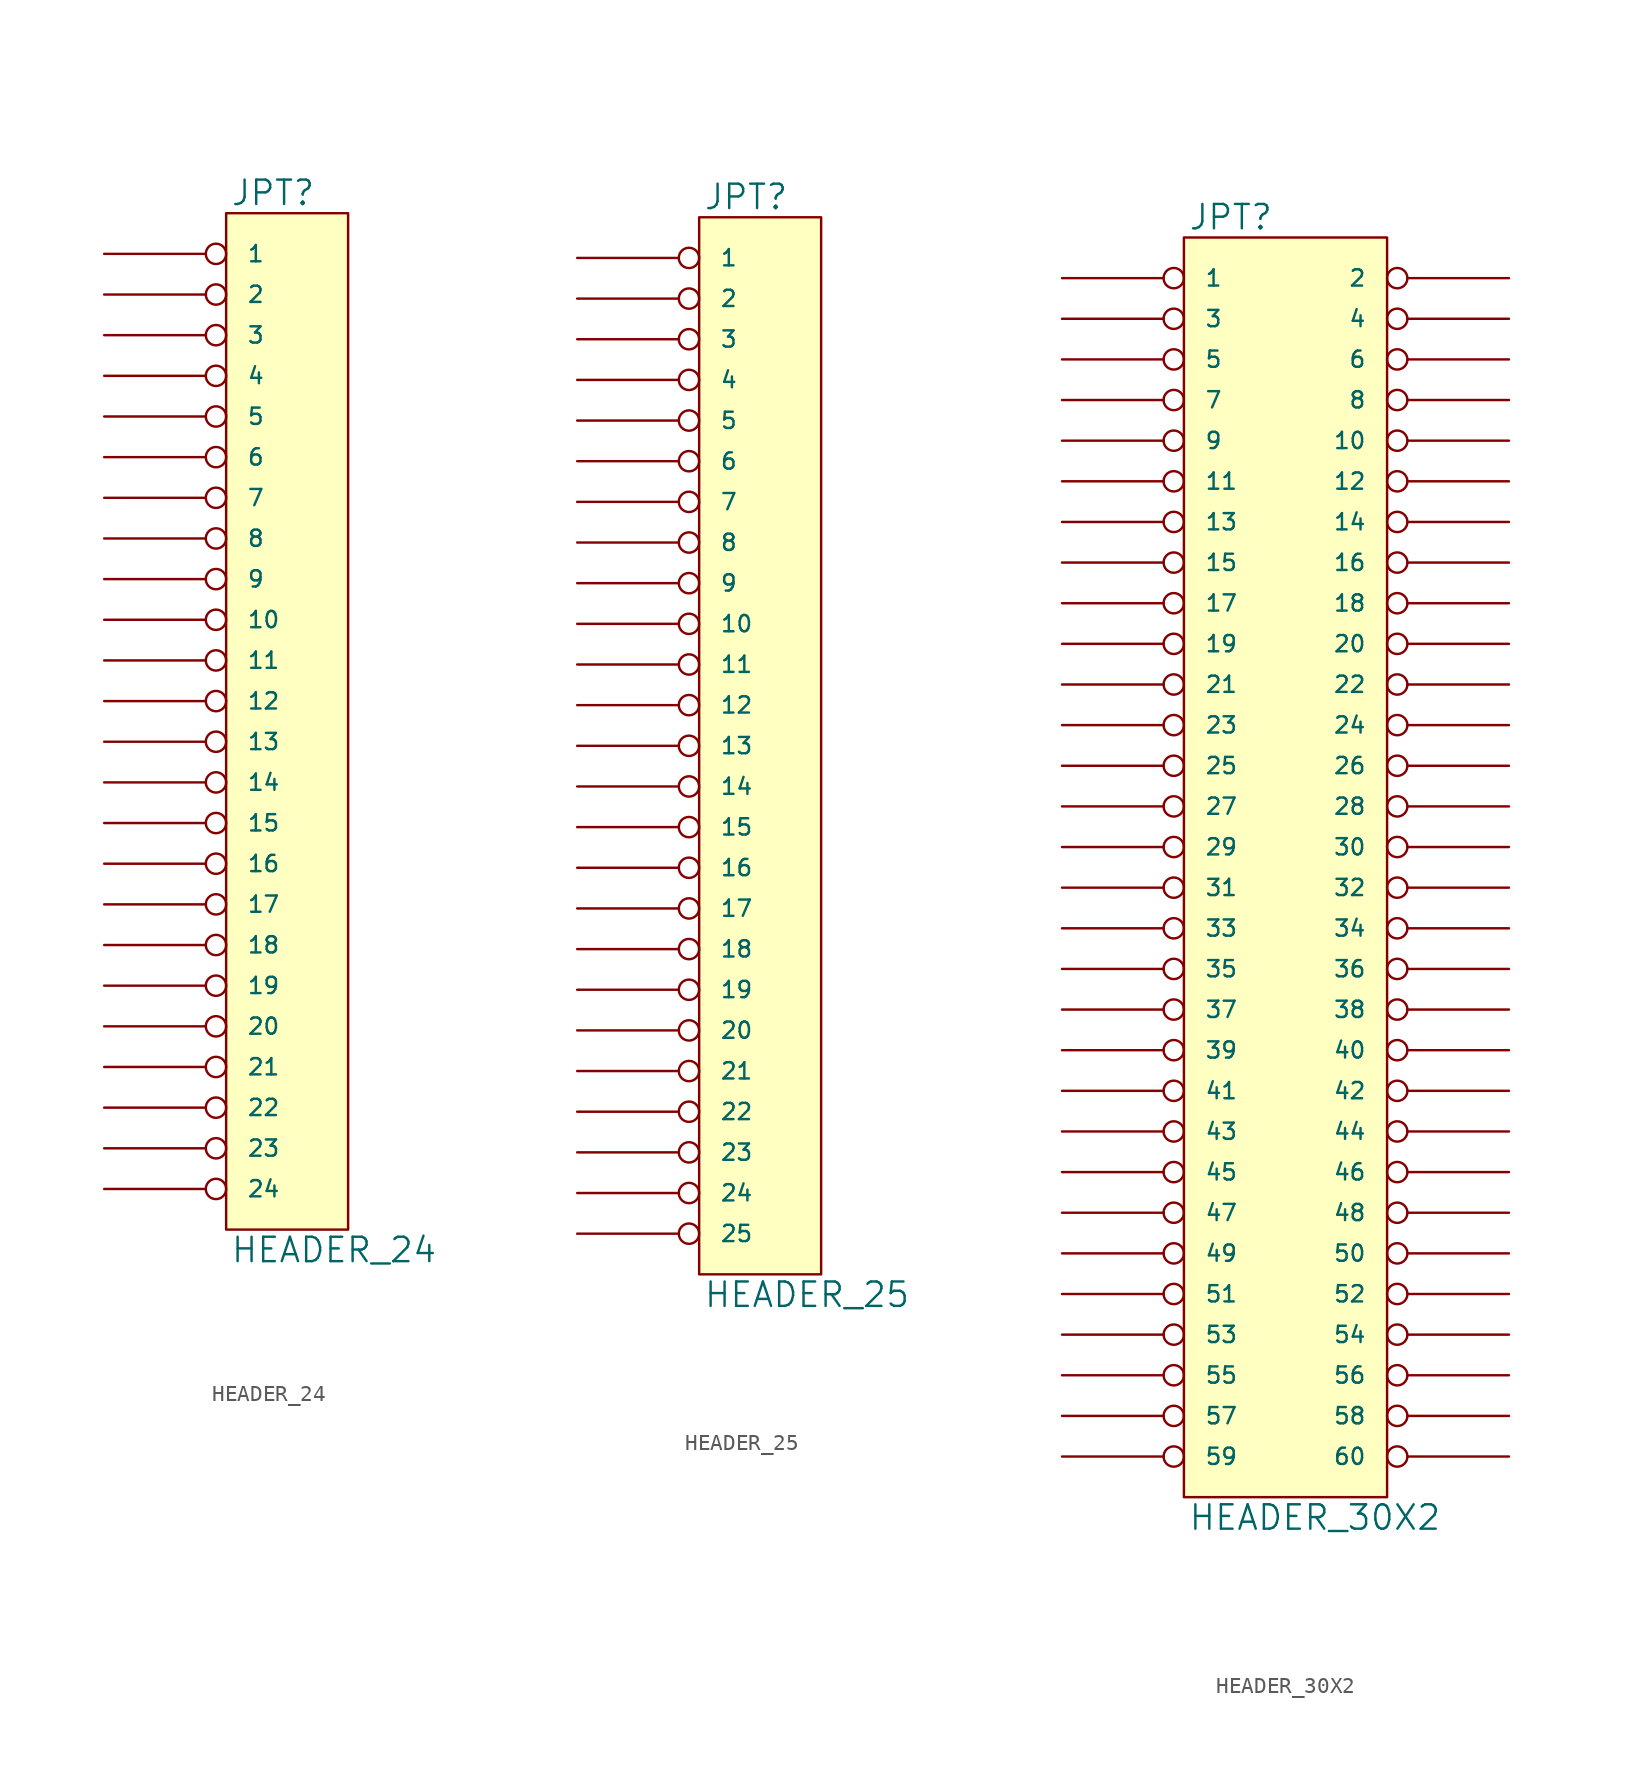
<source format=kicad_sym>
(kicad_symbol_lib
  (version 20231120)
  (generator "kicad_symbol_editor")
  (generator_version "8.0")
  (symbol "HEADER_24"
    (pin_names
      (offset 1.27))
    (property "Reference" "JPT"
      (at 0.254 0.381 0)
      (effects (font (size 1.524 1.524)) (justify left bottom)))
    (property "Value" "HEADER_24"
      (at 0.254 -63.881 0)
      (effects (font (size 1.524 1.524)) (justify left top)))
    (symbol "HEADER_24_0_1"
      (rectangle (start 0 0) (end 7.62 -63.5) (stroke (width 0) (type solid)) (fill (type background))))
    (symbol "HEADER_24_1_1"
      (pin passive inverted (at -7.62 -2.54 0) (length 7.62) (name "1" (effects (font (size 1.016 1.016)))) (number "~" (effects (font (size 1.27 1.27)))))
      (pin passive inverted (at -7.62 -25.4 0) (length 7.62) (name "10" (effects (font (size 1.016 1.016)))) (number "~" (effects (font (size 1.27 1.27)))))
      (pin passive inverted (at -7.62 -27.94 0) (length 7.62) (name "11" (effects (font (size 1.016 1.016)))) (number "~" (effects (font (size 1.27 1.27)))))
      (pin passive inverted (at -7.62 -30.48 0) (length 7.62) (name "12" (effects (font (size 1.016 1.016)))) (number "~" (effects (font (size 1.27 1.27)))))
      (pin passive inverted (at -7.62 -33.02 0) (length 7.62) (name "13" (effects (font (size 1.016 1.016)))) (number "~" (effects (font (size 1.27 1.27)))))
      (pin passive inverted (at -7.62 -35.56 0) (length 7.62) (name "14" (effects (font (size 1.016 1.016)))) (number "~" (effects (font (size 1.27 1.27)))))
      (pin passive inverted (at -7.62 -38.1 0) (length 7.62) (name "15" (effects (font (size 1.016 1.016)))) (number "~" (effects (font (size 1.27 1.27)))))
      (pin passive inverted (at -7.62 -40.64 0) (length 7.62) (name "16" (effects (font (size 1.016 1.016)))) (number "~" (effects (font (size 1.27 1.27)))))
      (pin passive inverted (at -7.62 -43.18 0) (length 7.62) (name "17" (effects (font (size 1.016 1.016)))) (number "~" (effects (font (size 1.27 1.27)))))
      (pin passive inverted (at -7.62 -45.72 0) (length 7.62) (name "18" (effects (font (size 1.016 1.016)))) (number "~" (effects (font (size 1.27 1.27)))))
      (pin passive inverted (at -7.62 -48.26 0) (length 7.62) (name "19" (effects (font (size 1.016 1.016)))) (number "~" (effects (font (size 1.27 1.27)))))
      (pin passive inverted (at -7.62 -5.08 0) (length 7.62) (name "2" (effects (font (size 1.016 1.016)))) (number "~" (effects (font (size 1.27 1.27)))))
      (pin passive inverted (at -7.62 -50.8 0) (length 7.62) (name "20" (effects (font (size 1.016 1.016)))) (number "~" (effects (font (size 1.27 1.27)))))
      (pin passive inverted (at -7.62 -53.34 0) (length 7.62) (name "21" (effects (font (size 1.016 1.016)))) (number "~" (effects (font (size 1.27 1.27)))))
      (pin passive inverted (at -7.62 -55.88 0) (length 7.62) (name "22" (effects (font (size 1.016 1.016)))) (number "~" (effects (font (size 1.27 1.27)))))
      (pin passive inverted (at -7.62 -58.42 0) (length 7.62) (name "23" (effects (font (size 1.016 1.016)))) (number "~" (effects (font (size 1.27 1.27)))))
      (pin passive inverted (at -7.62 -60.96 0) (length 7.62) (name "24" (effects (font (size 1.016 1.016)))) (number "~" (effects (font (size 1.27 1.27)))))
      (pin passive inverted (at -7.62 -7.62 0) (length 7.62) (name "3" (effects (font (size 1.016 1.016)))) (number "~" (effects (font (size 1.27 1.27)))))
      (pin passive inverted (at -7.62 -10.16 0) (length 7.62) (name "4" (effects (font (size 1.016 1.016)))) (number "~" (effects (font (size 1.27 1.27)))))
      (pin passive inverted (at -7.62 -12.7 0) (length 7.62) (name "5" (effects (font (size 1.016 1.016)))) (number "~" (effects (font (size 1.27 1.27)))))
      (pin passive inverted (at -7.62 -15.24 0) (length 7.62) (name "6" (effects (font (size 1.016 1.016)))) (number "~" (effects (font (size 1.27 1.27)))))
      (pin passive inverted (at -7.62 -17.78 0) (length 7.62) (name "7" (effects (font (size 1.016 1.016)))) (number "~" (effects (font (size 1.27 1.27)))))
      (pin passive inverted (at -7.62 -20.32 0) (length 7.62) (name "8" (effects (font (size 1.016 1.016)))) (number "~" (effects (font (size 1.27 1.27)))))
      (pin passive inverted (at -7.62 -22.86 0) (length 7.62) (name "9" (effects (font (size 1.016 1.016)))) (number "~" (effects (font (size 1.27 1.27)))))))
  (symbol "HEADER_25"
    (pin_names
      (offset 1.27))
    (property "Reference" "JPT"
      (at 0.254 0.381 0)
      (effects (font (size 1.524 1.524)) (justify left bottom)))
    (property "Value" "HEADER_25"
      (at 0.254 -66.421 0)
      (effects (font (size 1.524 1.524)) (justify left top)))
    (symbol "HEADER_25_0_1"
      (rectangle (start 0 0) (end 7.62 -66.04) (stroke (width 0) (type solid)) (fill (type background))))
    (symbol "HEADER_25_1_1"
      (pin passive inverted (at -7.62 -2.54 0) (length 7.62) (name "1" (effects (font (size 1.016 1.016)))) (number "~" (effects (font (size 1.27 1.27)))))
      (pin passive inverted (at -7.62 -25.4 0) (length 7.62) (name "10" (effects (font (size 1.016 1.016)))) (number "~" (effects (font (size 1.27 1.27)))))
      (pin passive inverted (at -7.62 -27.94 0) (length 7.62) (name "11" (effects (font (size 1.016 1.016)))) (number "~" (effects (font (size 1.27 1.27)))))
      (pin passive inverted (at -7.62 -30.48 0) (length 7.62) (name "12" (effects (font (size 1.016 1.016)))) (number "~" (effects (font (size 1.27 1.27)))))
      (pin passive inverted (at -7.62 -33.02 0) (length 7.62) (name "13" (effects (font (size 1.016 1.016)))) (number "~" (effects (font (size 1.27 1.27)))))
      (pin passive inverted (at -7.62 -35.56 0) (length 7.62) (name "14" (effects (font (size 1.016 1.016)))) (number "~" (effects (font (size 1.27 1.27)))))
      (pin passive inverted (at -7.62 -38.1 0) (length 7.62) (name "15" (effects (font (size 1.016 1.016)))) (number "~" (effects (font (size 1.27 1.27)))))
      (pin passive inverted (at -7.62 -40.64 0) (length 7.62) (name "16" (effects (font (size 1.016 1.016)))) (number "~" (effects (font (size 1.27 1.27)))))
      (pin passive inverted (at -7.62 -43.18 0) (length 7.62) (name "17" (effects (font (size 1.016 1.016)))) (number "~" (effects (font (size 1.27 1.27)))))
      (pin passive inverted (at -7.62 -45.72 0) (length 7.62) (name "18" (effects (font (size 1.016 1.016)))) (number "~" (effects (font (size 1.27 1.27)))))
      (pin passive inverted (at -7.62 -48.26 0) (length 7.62) (name "19" (effects (font (size 1.016 1.016)))) (number "~" (effects (font (size 1.27 1.27)))))
      (pin passive inverted (at -7.62 -5.08 0) (length 7.62) (name "2" (effects (font (size 1.016 1.016)))) (number "~" (effects (font (size 1.27 1.27)))))
      (pin passive inverted (at -7.62 -50.8 0) (length 7.62) (name "20" (effects (font (size 1.016 1.016)))) (number "~" (effects (font (size 1.27 1.27)))))
      (pin passive inverted (at -7.62 -53.34 0) (length 7.62) (name "21" (effects (font (size 1.016 1.016)))) (number "~" (effects (font (size 1.27 1.27)))))
      (pin passive inverted (at -7.62 -55.88 0) (length 7.62) (name "22" (effects (font (size 1.016 1.016)))) (number "~" (effects (font (size 1.27 1.27)))))
      (pin passive inverted (at -7.62 -58.42 0) (length 7.62) (name "23" (effects (font (size 1.016 1.016)))) (number "~" (effects (font (size 1.27 1.27)))))
      (pin passive inverted (at -7.62 -60.96 0) (length 7.62) (name "24" (effects (font (size 1.016 1.016)))) (number "~" (effects (font (size 1.27 1.27)))))
      (pin passive inverted (at -7.62 -63.5 0) (length 7.62) (name "25" (effects (font (size 1.016 1.016)))) (number "~" (effects (font (size 1.27 1.27)))))
      (pin passive inverted (at -7.62 -7.62 0) (length 7.62) (name "3" (effects (font (size 1.016 1.016)))) (number "~" (effects (font (size 1.27 1.27)))))
      (pin passive inverted (at -7.62 -10.16 0) (length 7.62) (name "4" (effects (font (size 1.016 1.016)))) (number "~" (effects (font (size 1.27 1.27)))))
      (pin passive inverted (at -7.62 -12.7 0) (length 7.62) (name "5" (effects (font (size 1.016 1.016)))) (number "~" (effects (font (size 1.27 1.27)))))
      (pin passive inverted (at -7.62 -15.24 0) (length 7.62) (name "6" (effects (font (size 1.016 1.016)))) (number "~" (effects (font (size 1.27 1.27)))))
      (pin passive inverted (at -7.62 -17.78 0) (length 7.62) (name "7" (effects (font (size 1.016 1.016)))) (number "~" (effects (font (size 1.27 1.27)))))
      (pin passive inverted (at -7.62 -20.32 0) (length 7.62) (name "8" (effects (font (size 1.016 1.016)))) (number "~" (effects (font (size 1.27 1.27)))))
      (pin passive inverted (at -7.62 -22.86 0) (length 7.62) (name "9" (effects (font (size 1.016 1.016)))) (number "~" (effects (font (size 1.27 1.27)))))))
  (symbol "HEADER_30X2"
    (pin_names
      (offset 1.27))
    (property "Reference" "JPT"
      (at 0.254 0.381 0)
      (effects (font (size 1.524 1.524)) (justify left bottom)))
    (property "Value" "HEADER_30X2"
      (at 0.254 -79.121 0)
      (effects (font (size 1.524 1.524)) (justify left top)))
    (symbol "HEADER_30X2_0_1"
      (rectangle (start 0 0) (end 12.7 -78.74) (stroke (width 0) (type solid)) (fill (type background))))
    (symbol "HEADER_30X2_1_1"
      (pin passive inverted (at -7.62 -2.54 0) (length 7.62) (name "1" (effects (font (size 1.016 1.016)))) (number "~" (effects (font (size 1.27 1.27)))))
      (pin passive inverted (at 20.32 -12.7 180) (length 7.62) (name "10" (effects (font (size 1.016 1.016)))) (number "~" (effects (font (size 1.27 1.27)))))
      (pin passive inverted (at -7.62 -15.24 0) (length 7.62) (name "11" (effects (font (size 1.016 1.016)))) (number "~" (effects (font (size 1.27 1.27)))))
      (pin passive inverted (at 20.32 -15.24 180) (length 7.62) (name "12" (effects (font (size 1.016 1.016)))) (number "~" (effects (font (size 1.27 1.27)))))
      (pin passive inverted (at -7.62 -17.78 0) (length 7.62) (name "13" (effects (font (size 1.016 1.016)))) (number "~" (effects (font (size 1.27 1.27)))))
      (pin passive inverted (at 20.32 -17.78 180) (length 7.62) (name "14" (effects (font (size 1.016 1.016)))) (number "~" (effects (font (size 1.27 1.27)))))
      (pin passive inverted (at -7.62 -20.32 0) (length 7.62) (name "15" (effects (font (size 1.016 1.016)))) (number "~" (effects (font (size 1.27 1.27)))))
      (pin passive inverted (at 20.32 -20.32 180) (length 7.62) (name "16" (effects (font (size 1.016 1.016)))) (number "~" (effects (font (size 1.27 1.27)))))
      (pin passive inverted (at -7.62 -22.86 0) (length 7.62) (name "17" (effects (font (size 1.016 1.016)))) (number "~" (effects (font (size 1.27 1.27)))))
      (pin passive inverted (at 20.32 -22.86 180) (length 7.62) (name "18" (effects (font (size 1.016 1.016)))) (number "~" (effects (font (size 1.27 1.27)))))
      (pin passive inverted (at -7.62 -25.4 0) (length 7.62) (name "19" (effects (font (size 1.016 1.016)))) (number "~" (effects (font (size 1.27 1.27)))))
      (pin passive inverted (at 20.32 -2.54 180) (length 7.62) (name "2" (effects (font (size 1.016 1.016)))) (number "~" (effects (font (size 1.27 1.27)))))
      (pin passive inverted (at 20.32 -25.4 180) (length 7.62) (name "20" (effects (font (size 1.016 1.016)))) (number "~" (effects (font (size 1.27 1.27)))))
      (pin passive inverted (at -7.62 -27.94 0) (length 7.62) (name "21" (effects (font (size 1.016 1.016)))) (number "~" (effects (font (size 1.27 1.27)))))
      (pin passive inverted (at 20.32 -27.94 180) (length 7.62) (name "22" (effects (font (size 1.016 1.016)))) (number "~" (effects (font (size 1.27 1.27)))))
      (pin passive inverted (at -7.62 -30.48 0) (length 7.62) (name "23" (effects (font (size 1.016 1.016)))) (number "~" (effects (font (size 1.27 1.27)))))
      (pin passive inverted (at 20.32 -30.48 180) (length 7.62) (name "24" (effects (font (size 1.016 1.016)))) (number "~" (effects (font (size 1.27 1.27)))))
      (pin passive inverted (at -7.62 -33.02 0) (length 7.62) (name "25" (effects (font (size 1.016 1.016)))) (number "~" (effects (font (size 1.27 1.27)))))
      (pin passive inverted (at 20.32 -33.02 180) (length 7.62) (name "26" (effects (font (size 1.016 1.016)))) (number "~" (effects (font (size 1.27 1.27)))))
      (pin passive inverted (at -7.62 -35.56 0) (length 7.62) (name "27" (effects (font (size 1.016 1.016)))) (number "~" (effects (font (size 1.27 1.27)))))
      (pin passive inverted (at 20.32 -35.56 180) (length 7.62) (name "28" (effects (font (size 1.016 1.016)))) (number "~" (effects (font (size 1.27 1.27)))))
      (pin passive inverted (at -7.62 -38.1 0) (length 7.62) (name "29" (effects (font (size 1.016 1.016)))) (number "~" (effects (font (size 1.27 1.27)))))
      (pin passive inverted (at -7.62 -5.08 0) (length 7.62) (name "3" (effects (font (size 1.016 1.016)))) (number "~" (effects (font (size 1.27 1.27)))))
      (pin passive inverted (at 20.32 -38.1 180) (length 7.62) (name "30" (effects (font (size 1.016 1.016)))) (number "~" (effects (font (size 1.27 1.27)))))
      (pin passive inverted (at -7.62 -40.64 0) (length 7.62) (name "31" (effects (font (size 1.016 1.016)))) (number "~" (effects (font (size 1.27 1.27)))))
      (pin passive inverted (at 20.32 -40.64 180) (length 7.62) (name "32" (effects (font (size 1.016 1.016)))) (number "~" (effects (font (size 1.27 1.27)))))
      (pin passive inverted (at -7.62 -43.18 0) (length 7.62) (name "33" (effects (font (size 1.016 1.016)))) (number "~" (effects (font (size 1.27 1.27)))))
      (pin passive inverted (at 20.32 -43.18 180) (length 7.62) (name "34" (effects (font (size 1.016 1.016)))) (number "~" (effects (font (size 1.27 1.27)))))
      (pin passive inverted (at -7.62 -45.72 0) (length 7.62) (name "35" (effects (font (size 1.016 1.016)))) (number "~" (effects (font (size 1.27 1.27)))))
      (pin passive inverted (at 20.32 -45.72 180) (length 7.62) (name "36" (effects (font (size 1.016 1.016)))) (number "~" (effects (font (size 1.27 1.27)))))
      (pin passive inverted (at -7.62 -48.26 0) (length 7.62) (name "37" (effects (font (size 1.016 1.016)))) (number "~" (effects (font (size 1.27 1.27)))))
      (pin passive inverted (at 20.32 -48.26 180) (length 7.62) (name "38" (effects (font (size 1.016 1.016)))) (number "~" (effects (font (size 1.27 1.27)))))
      (pin passive inverted (at -7.62 -50.8 0) (length 7.62) (name "39" (effects (font (size 1.016 1.016)))) (number "~" (effects (font (size 1.27 1.27)))))
      (pin passive inverted (at 20.32 -5.08 180) (length 7.62) (name "4" (effects (font (size 1.016 1.016)))) (number "~" (effects (font (size 1.27 1.27)))))
      (pin passive inverted (at 20.32 -50.8 180) (length 7.62) (name "40" (effects (font (size 1.016 1.016)))) (number "~" (effects (font (size 1.27 1.27)))))
      (pin passive inverted (at -7.62 -53.34 0) (length 7.62) (name "41" (effects (font (size 1.016 1.016)))) (number "~" (effects (font (size 1.27 1.27)))))
      (pin passive inverted (at 20.32 -53.34 180) (length 7.62) (name "42" (effects (font (size 1.016 1.016)))) (number "~" (effects (font (size 1.27 1.27)))))
      (pin passive inverted (at -7.62 -55.88 0) (length 7.62) (name "43" (effects (font (size 1.016 1.016)))) (number "~" (effects (font (size 1.27 1.27)))))
      (pin passive inverted (at 20.32 -55.88 180) (length 7.62) (name "44" (effects (font (size 1.016 1.016)))) (number "~" (effects (font (size 1.27 1.27)))))
      (pin passive inverted (at -7.62 -58.42 0) (length 7.62) (name "45" (effects (font (size 1.016 1.016)))) (number "~" (effects (font (size 1.27 1.27)))))
      (pin passive inverted (at 20.32 -58.42 180) (length 7.62) (name "46" (effects (font (size 1.016 1.016)))) (number "~" (effects (font (size 1.27 1.27)))))
      (pin passive inverted (at -7.62 -60.96 0) (length 7.62) (name "47" (effects (font (size 1.016 1.016)))) (number "~" (effects (font (size 1.27 1.27)))))
      (pin passive inverted (at 20.32 -60.96 180) (length 7.62) (name "48" (effects (font (size 1.016 1.016)))) (number "~" (effects (font (size 1.27 1.27)))))
      (pin passive inverted (at -7.62 -63.5 0) (length 7.62) (name "49" (effects (font (size 1.016 1.016)))) (number "~" (effects (font (size 1.27 1.27)))))
      (pin passive inverted (at -7.62 -7.62 0) (length 7.62) (name "5" (effects (font (size 1.016 1.016)))) (number "~" (effects (font (size 1.27 1.27)))))
      (pin passive inverted (at 20.32 -63.5 180) (length 7.62) (name "50" (effects (font (size 1.016 1.016)))) (number "~" (effects (font (size 1.27 1.27)))))
      (pin passive inverted (at -7.62 -66.04 0) (length 7.62) (name "51" (effects (font (size 1.016 1.016)))) (number "~" (effects (font (size 1.27 1.27)))))
      (pin passive inverted (at 20.32 -66.04 180) (length 7.62) (name "52" (effects (font (size 1.016 1.016)))) (number "~" (effects (font (size 1.27 1.27)))))
      (pin passive inverted (at -7.62 -68.58 0) (length 7.62) (name "53" (effects (font (size 1.016 1.016)))) (number "~" (effects (font (size 1.27 1.27)))))
      (pin passive inverted (at 20.32 -68.58 180) (length 7.62) (name "54" (effects (font (size 1.016 1.016)))) (number "~" (effects (font (size 1.27 1.27)))))
      (pin passive inverted (at -7.62 -71.12 0) (length 7.62) (name "55" (effects (font (size 1.016 1.016)))) (number "~" (effects (font (size 1.27 1.27)))))
      (pin passive inverted (at 20.32 -71.12 180) (length 7.62) (name "56" (effects (font (size 1.016 1.016)))) (number "~" (effects (font (size 1.27 1.27)))))
      (pin passive inverted (at -7.62 -73.66 0) (length 7.62) (name "57" (effects (font (size 1.016 1.016)))) (number "~" (effects (font (size 1.27 1.27)))))
      (pin passive inverted (at 20.32 -73.66 180) (length 7.62) (name "58" (effects (font (size 1.016 1.016)))) (number "~" (effects (font (size 1.27 1.27)))))
      (pin passive inverted (at -7.62 -76.2 0) (length 7.62) (name "59" (effects (font (size 1.016 1.016)))) (number "~" (effects (font (size 1.27 1.27)))))
      (pin passive inverted (at 20.32 -7.62 180) (length 7.62) (name "6" (effects (font (size 1.016 1.016)))) (number "~" (effects (font (size 1.27 1.27)))))
      (pin passive inverted (at 20.32 -76.2 180) (length 7.62) (name "60" (effects (font (size 1.016 1.016)))) (number "~" (effects (font (size 1.27 1.27)))))
      (pin passive inverted (at -7.62 -10.16 0) (length 7.62) (name "7" (effects (font (size 1.016 1.016)))) (number "~" (effects (font (size 1.27 1.27)))))
      (pin passive inverted (at 20.32 -10.16 180) (length 7.62) (name "8" (effects (font (size 1.016 1.016)))) (number "~" (effects (font (size 1.27 1.27)))))
      (pin passive inverted (at -7.62 -12.7 0) (length 7.62) (name "9" (effects (font (size 1.016 1.016)))) (number "~" (effects (font (size 1.27 1.27))))))))
</source>
